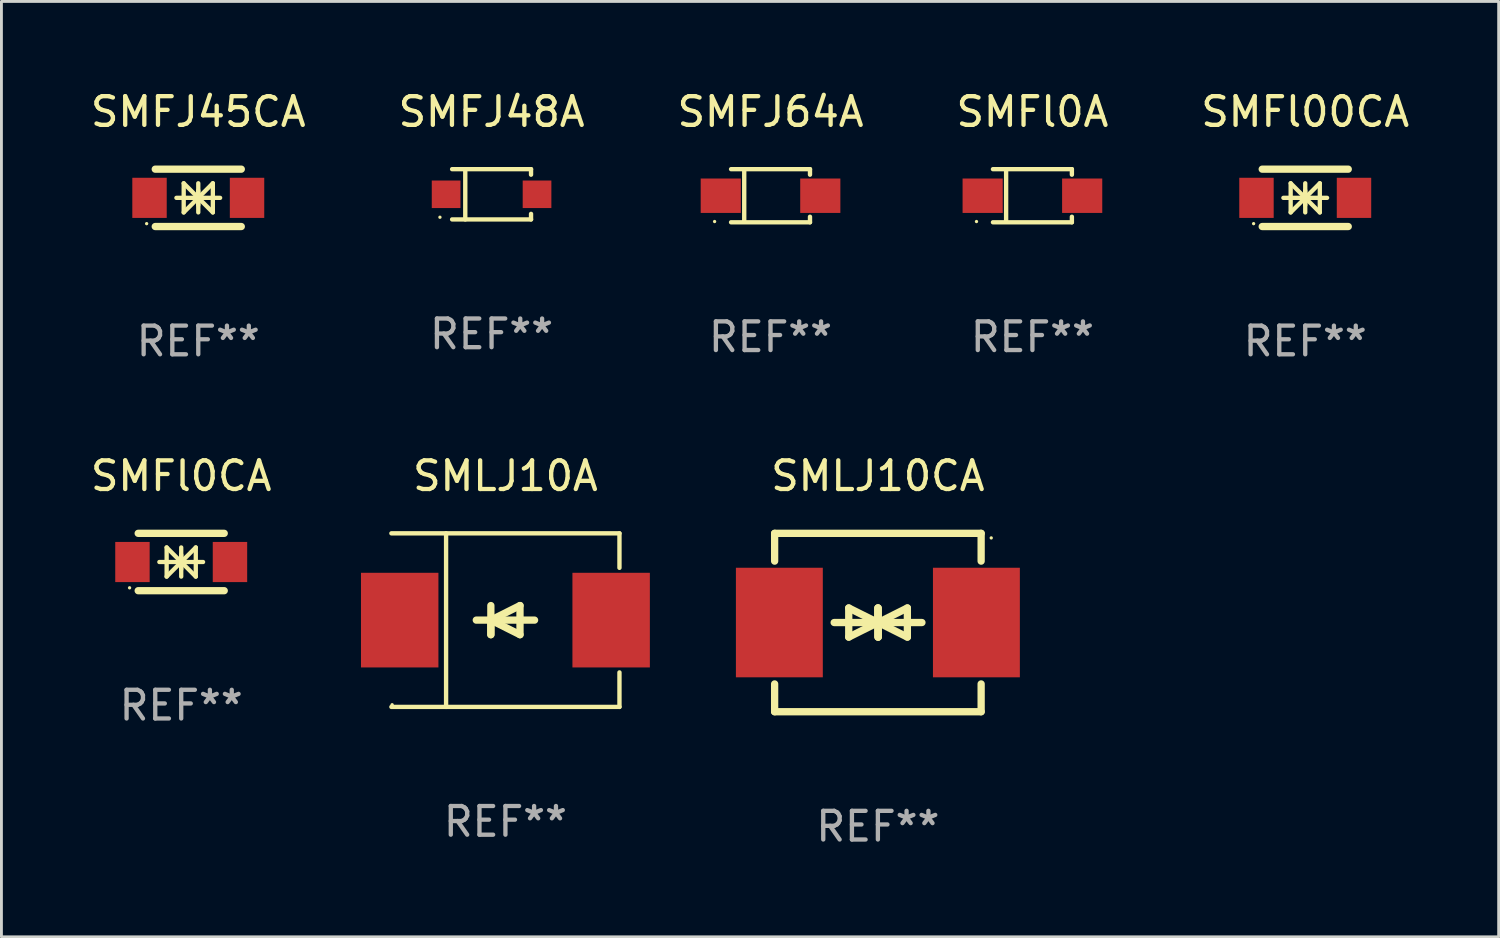
<source format=kicad_pcb>
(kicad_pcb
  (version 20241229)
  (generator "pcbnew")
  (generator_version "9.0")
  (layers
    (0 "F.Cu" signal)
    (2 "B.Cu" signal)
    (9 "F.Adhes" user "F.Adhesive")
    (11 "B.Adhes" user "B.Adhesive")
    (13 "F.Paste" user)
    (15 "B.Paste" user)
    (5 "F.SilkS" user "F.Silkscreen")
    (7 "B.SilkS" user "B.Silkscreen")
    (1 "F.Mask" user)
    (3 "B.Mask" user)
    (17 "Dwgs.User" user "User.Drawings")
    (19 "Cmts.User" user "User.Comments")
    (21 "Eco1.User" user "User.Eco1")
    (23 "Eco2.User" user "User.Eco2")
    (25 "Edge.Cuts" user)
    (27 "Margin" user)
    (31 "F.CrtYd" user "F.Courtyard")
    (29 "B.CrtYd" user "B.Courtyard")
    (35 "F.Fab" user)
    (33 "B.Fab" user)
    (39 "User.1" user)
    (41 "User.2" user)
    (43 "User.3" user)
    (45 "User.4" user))
  (footprint "SMFl0A"
    (layer "F.Cu")
    (at 32.946 3.774)
    (property "Reference" "SMFl0A" (at 0 -2.926 0) (layer "F.SilkS") (effects (font (size 1 1) (thickness 0.15))))
    (attr through_hole)
    (fp_line (start -1.376 -0.926) (end 1.376 -0.926) (stroke (width 0.152) (type solid)) (layer "F.SilkS"))
    (fp_line (start -1.376 0.926) (end 1.376 0.926) (stroke (width 0.152) (type solid)) (layer "F.SilkS"))
    (fp_line (start -0.917 -0.876) (end -0.917 0.876) (stroke (width 0.152) (type solid)) (layer "F.SilkS"))
    (fp_line (start 1.376 -0.926) (end 1.376 -0.733) (stroke (width 0.152) (type solid)) (layer "F.SilkS"))
    (fp_line (start 1.376 0.926) (end 1.376 0.733) (stroke (width 0.152) (type solid)) (layer "F.SilkS"))
    (fp_circle (center -1.95 0.9) (end -1.92 0.9) (stroke (width 0.06) (type solid)) (fill no) (layer "F.SilkS"))
    (fp_text user "REF**" (at 0 4.926 0) (layer "F.Fab") (effects (font (size 1 1) (thickness 0.15))))
    (pad "1" smd rect (at -1.735 0) (size 1.4 1.2) (layers "F.Cu" "F.Mask" "F.Paste"))
    (pad "2" smd rect (at 1.735 0) (size 1.4 1.2) (layers "F.Cu" "F.Mask" "F.Paste")))
  (footprint "SMLJ10A"
    (layer "F.Cu")
    (at 14.572 18.571)
    (property "Reference" "SMLJ10A" (at 0 -5.026 0) (layer "F.SilkS") (effects (font (size 1 1) (thickness 0.15))))
    (attr through_hole)
    (fp_line (start -3.976 -3.026) (end 3.976 -3.026) (stroke (width 0.152) (type solid)) (layer "F.SilkS"))
    (fp_line (start -3.976 3.026) (end 3.976 3.026) (stroke (width 0.152) (type solid)) (layer "F.SilkS"))
    (fp_line (start -2.069 -3.026) (end -2.069 3.026) (stroke (width 0.152) (type solid)) (layer "F.SilkS"))
    (fp_line (start -0.508 0) (end -0.508 0.508) (stroke (width 0.254) (type solid)) (layer "F.SilkS"))
    (fp_line (start -0.508 0) (end 0.508 0.508) (stroke (width 0.254) (type solid)) (layer "F.SilkS"))
    (fp_line (start -0.508 0.508) (end -0.508 -0.508) (stroke (width 0.254) (type solid)) (layer "F.SilkS"))
    (fp_line (start 0.508 -0.508) (end -0.508 0) (stroke (width 0.254) (type solid)) (layer "F.SilkS"))
    (fp_line (start 0.508 0.508) (end 0.508 -0.508) (stroke (width 0.254) (type solid)) (layer "F.SilkS"))
    (fp_line (start 1.016 0) (end -1.016 0) (stroke (width 0.254) (type solid)) (layer "F.SilkS"))
    (fp_line (start 3.976 -3.026) (end 3.976 -1.823) (stroke (width 0.152) (type solid)) (layer "F.SilkS"))
    (fp_line (start 3.976 3.026) (end 3.976 1.823) (stroke (width 0.152) (type solid)) (layer "F.SilkS"))
    (fp_circle (center -3.95 2.95) (end -3.92 2.95) (stroke (width 0.06) (type solid)) (fill no) (layer "F.SilkS"))
    (fp_text user "REF**" (at 0 7.026 0) (layer "F.Fab") (effects (font (size 1 1) (thickness 0.15))))
    (pad "1" smd rect (at -3.686 0) (size 2.7 3.3) (layers "F.Cu" "F.Mask" "F.Paste"))
    (pad "2" smd rect (at 3.686 0) (size 2.7 3.3) (layers "F.Cu" "F.Mask" "F.Paste")))
  (footprint "SMFJ45CA"
    (layer "F.Cu")
    (at 3.863 3.848)
    (property "Reference" "SMFJ45CA" (at 0 -3 0) (layer "F.SilkS") (effects (font (size 1 1) (thickness 0.15))))
    (attr through_hole)
    (fp_line (start -1.5 -1) (end 1.5 -1) (stroke (width 0.254) (type solid)) (layer "F.SilkS"))
    (fp_line (start -1.5 1) (end 1.5 1) (stroke (width 0.254) (type solid)) (layer "F.SilkS"))
    (fp_line (start -0.762 0) (end 0.762 0) (stroke (width 0.15) (type solid)) (layer "F.SilkS"))
    (fp_line (start -0.508 -0.508) (end -0.508 0.508) (stroke (width 0.15) (type solid)) (layer "F.SilkS"))
    (fp_line (start 0 -0.508) (end 0 0.508) (stroke (width 0.15) (type solid)) (layer "F.SilkS"))
    (fp_line (start 0 0) (end -0.508 -0.508) (stroke (width 0.15) (type solid)) (layer "F.SilkS"))
    (fp_line (start 0 0) (end -0.508 0.508) (stroke (width 0.15) (type solid)) (layer "F.SilkS"))
    (fp_line (start 0 0) (end 0.508 -0.508) (stroke (width 0.15) (type solid)) (layer "F.SilkS"))
    (fp_line (start 0 0) (end 0.508 0.508) (stroke (width 0.15) (type solid)) (layer "F.SilkS"))
    (fp_line (start 0 0.254) (end 0 -0.254) (stroke (width 0.15) (type solid)) (layer "F.SilkS"))
    (fp_line (start 0.508 0.508) (end 0.508 -0.508) (stroke (width 0.15) (type solid)) (layer "F.SilkS"))
    (fp_circle (center -1.8 0.9) (end -1.77 0.9) (stroke (width 0.06) (type solid)) (fill no) (layer "F.SilkS"))
    (fp_text user "REF**" (at 0 5 0) (layer "F.Fab") (effects (font (size 1 1) (thickness 0.15))))
    (pad "1" smd rect (at -1.7 0) (size 1.2 1.4) (layers "F.Cu" "F.Mask" "F.Paste"))
    (pad "2" smd rect (at 1.7 0) (size 1.2 1.4) (layers "F.Cu" "F.Mask" "F.Paste")))
  (footprint "SMFl0CA"
    (layer "F.Cu")
    (at 3.268 16.545)
    (property "Reference" "SMFl0CA" (at 0 -3 0) (layer "F.SilkS") (effects (font (size 1 1) (thickness 0.15))))
    (attr through_hole)
    (fp_line (start -1.5 -1) (end 1.5 -1) (stroke (width 0.254) (type solid)) (layer "F.SilkS"))
    (fp_line (start -1.5 1) (end 1.5 1) (stroke (width 0.254) (type solid)) (layer "F.SilkS"))
    (fp_line (start -0.762 0) (end 0.762 0) (stroke (width 0.15) (type solid)) (layer "F.SilkS"))
    (fp_line (start -0.508 -0.508) (end -0.508 0.508) (stroke (width 0.15) (type solid)) (layer "F.SilkS"))
    (fp_line (start 0 -0.508) (end 0 0.508) (stroke (width 0.15) (type solid)) (layer "F.SilkS"))
    (fp_line (start 0 0) (end -0.508 -0.508) (stroke (width 0.15) (type solid)) (layer "F.SilkS"))
    (fp_line (start 0 0) (end -0.508 0.508) (stroke (width 0.15) (type solid)) (layer "F.SilkS"))
    (fp_line (start 0 0) (end 0.508 -0.508) (stroke (width 0.15) (type solid)) (layer "F.SilkS"))
    (fp_line (start 0 0) (end 0.508 0.508) (stroke (width 0.15) (type solid)) (layer "F.SilkS"))
    (fp_line (start 0 0.254) (end 0 -0.254) (stroke (width 0.15) (type solid)) (layer "F.SilkS"))
    (fp_line (start 0.508 0.508) (end 0.508 -0.508) (stroke (width 0.15) (type solid)) (layer "F.SilkS"))
    (fp_circle (center -1.8 0.9) (end -1.77 0.9) (stroke (width 0.06) (type solid)) (fill no) (layer "F.SilkS"))
    (fp_text user "REF**" (at 0 5 0) (layer "F.Fab") (effects (font (size 1 1) (thickness 0.15))))
    (pad "1" smd rect (at -1.7 0) (size 1.2 1.4) (layers "F.Cu" "F.Mask" "F.Paste"))
    (pad "2" smd rect (at 1.7 0) (size 1.2 1.4) (layers "F.Cu" "F.Mask" "F.Paste")))
  (footprint "SMFJ64A"
    (layer "F.Cu")
    (at 23.815 3.774)
    (property "Reference" "SMFJ64A" (at 0 -2.926 0) (layer "F.SilkS") (effects (font (size 1 1) (thickness 0.15))))
    (attr through_hole)
    (fp_line (start -1.376 -0.926) (end 1.376 -0.926) (stroke (width 0.152) (type solid)) (layer "F.SilkS"))
    (fp_line (start -1.376 0.926) (end 1.376 0.926) (stroke (width 0.152) (type solid)) (layer "F.SilkS"))
    (fp_line (start -0.917 -0.876) (end -0.917 0.876) (stroke (width 0.152) (type solid)) (layer "F.SilkS"))
    (fp_line (start 1.376 -0.926) (end 1.376 -0.733) (stroke (width 0.152) (type solid)) (layer "F.SilkS"))
    (fp_line (start 1.376 0.926) (end 1.376 0.733) (stroke (width 0.152) (type solid)) (layer "F.SilkS"))
    (fp_circle (center -1.95 0.9) (end -1.92 0.9) (stroke (width 0.06) (type solid)) (fill no) (layer "F.SilkS"))
    (fp_text user "REF**" (at 0 4.926 0) (layer "F.Fab") (effects (font (size 1 1) (thickness 0.15))))
    (pad "1" smd rect (at -1.735 0) (size 1.4 1.2) (layers "F.Cu" "F.Mask" "F.Paste"))
    (pad "2" smd rect (at 1.735 0) (size 1.4 1.2) (layers "F.Cu" "F.Mask" "F.Paste")))
  (footprint "SMLJ10CA"
    (layer "F.Cu")
    (at 27.558 18.655)
    (property "Reference" "SMLJ10CA" (at 0 -5.11 0) (layer "F.SilkS") (effects (font (size 1 1) (thickness 0.15))))
    (attr through_hole)
    (fp_line (start -3.6 -2.141) (end -3.6 -3.11) (stroke (width 0.254) (type solid)) (layer "F.SilkS"))
    (fp_line (start -3.6 3.11) (end -3.6 2.141) (stroke (width 0.254) (type solid)) (layer "F.SilkS"))
    (fp_line (start -1.524 0) (end 0.508 0) (stroke (width 0.254) (type solid)) (layer "F.SilkS"))
    (fp_line (start -1.016 -0.508) (end -1.016 0.508) (stroke (width 0.254) (type solid)) (layer "F.SilkS"))
    (fp_line (start -1.016 0.508) (end 0 0) (stroke (width 0.254) (type solid)) (layer "F.SilkS"))
    (fp_line (start 0 -0.508) (end 0 0.508) (stroke (width 0.254) (type solid)) (layer "F.SilkS"))
    (fp_line (start 0 0) (end -1.016 -0.508) (stroke (width 0.254) (type solid)) (layer "F.SilkS"))
    (fp_line (start 0 0) (end 0 -0.508) (stroke (width 0.254) (type solid)) (layer "F.SilkS"))
    (fp_line (start 0.012 0) (end 0.012 0.508) (stroke (width 0.254) (type solid)) (layer "F.SilkS"))
    (fp_line (start 0.012 0) (end 1.028 0.508) (stroke (width 0.254) (type solid)) (layer "F.SilkS"))
    (fp_line (start 0.012 0.508) (end 0.012 -0.508) (stroke (width 0.254) (type solid)) (layer "F.SilkS"))
    (fp_line (start 1.028 -0.508) (end 0.012 0) (stroke (width 0.254) (type solid)) (layer "F.SilkS"))
    (fp_line (start 1.028 0.508) (end 1.028 -0.508) (stroke (width 0.254) (type solid)) (layer "F.SilkS"))
    (fp_line (start 1.536 0) (end -0.496 0) (stroke (width 0.254) (type solid)) (layer "F.SilkS"))
    (fp_line (start 3.6 -3.11) (end -3.6 -3.11) (stroke (width 0.254) (type solid)) (layer "F.SilkS"))
    (fp_line (start 3.6 -2.141) (end 3.6 -3.11) (stroke (width 0.254) (type solid)) (layer "F.SilkS"))
    (fp_line (start 3.6 3.11) (end -3.6 3.11) (stroke (width 0.254) (type solid)) (layer "F.SilkS"))
    (fp_line (start 3.6 3.11) (end 3.6 2.141) (stroke (width 0.254) (type solid)) (layer "F.SilkS"))
    (fp_circle (center 3.952 -2.95) (end 3.982 -2.95) (stroke (width 0.06) (type solid)) (fill no) (layer "F.SilkS"))
    (fp_text user "REF**" (at 0 7.11 0) (layer "F.Fab") (effects (font (size 1 1) (thickness 0.15))))
    (pad "1" smd rect (at 3.435 0) (size 3.03 3.82) (layers "F.Cu" "F.Mask" "F.Paste"))
    (pad "2" smd rect (at -3.435 0) (size 3.03 3.82) (layers "F.Cu" "F.Mask" "F.Paste")))
  (footprint "SMFl00CA"
    (layer "F.Cu")
    (at 42.458 3.848)
    (property "Reference" "SMFl00CA" (at 0 -3 0) (layer "F.SilkS") (effects (font (size 1 1) (thickness 0.15))))
    (attr through_hole)
    (fp_line (start -1.5 -1) (end 1.5 -1) (stroke (width 0.254) (type solid)) (layer "F.SilkS"))
    (fp_line (start -1.5 1) (end 1.5 1) (stroke (width 0.254) (type solid)) (layer "F.SilkS"))
    (fp_line (start -0.762 0) (end 0.762 0) (stroke (width 0.15) (type solid)) (layer "F.SilkS"))
    (fp_line (start -0.508 -0.508) (end -0.508 0.508) (stroke (width 0.15) (type solid)) (layer "F.SilkS"))
    (fp_line (start 0 -0.508) (end 0 0.508) (stroke (width 0.15) (type solid)) (layer "F.SilkS"))
    (fp_line (start 0 0) (end -0.508 -0.508) (stroke (width 0.15) (type solid)) (layer "F.SilkS"))
    (fp_line (start 0 0) (end -0.508 0.508) (stroke (width 0.15) (type solid)) (layer "F.SilkS"))
    (fp_line (start 0 0) (end 0.508 -0.508) (stroke (width 0.15) (type solid)) (layer "F.SilkS"))
    (fp_line (start 0 0) (end 0.508 0.508) (stroke (width 0.15) (type solid)) (layer "F.SilkS"))
    (fp_line (start 0 0.254) (end 0 -0.254) (stroke (width 0.15) (type solid)) (layer "F.SilkS"))
    (fp_line (start 0.508 0.508) (end 0.508 -0.508) (stroke (width 0.15) (type solid)) (layer "F.SilkS"))
    (fp_circle (center -1.8 0.9) (end -1.77 0.9) (stroke (width 0.06) (type solid)) (fill no) (layer "F.SilkS"))
    (fp_text user "REF**" (at 0 5 0) (layer "F.Fab") (effects (font (size 1 1) (thickness 0.15))))
    (pad "1" smd rect (at -1.7 0) (size 1.2 1.4) (layers "F.Cu" "F.Mask" "F.Paste"))
    (pad "2" smd rect (at 1.7 0) (size 1.2 1.4) (layers "F.Cu" "F.Mask" "F.Paste")))
  (footprint "SMFJ48A"
    (layer "F.Cu")
    (at 14.089 3.724)
    (property "Reference" "SMFJ48A" (at 0 -2.876 0) (layer "F.SilkS") (effects (font (size 1 1) (thickness 0.15))))
    (attr through_hole)
    (fp_line (start -1.376 -0.876) (end 1.376 -0.876) (stroke (width 0.152) (type solid)) (layer "F.SilkS"))
    (fp_line (start -1.376 0.876) (end 1.376 0.876) (stroke (width 0.152) (type solid)) (layer "F.SilkS"))
    (fp_line (start -0.917 -0.876) (end -0.917 0.876) (stroke (width 0.152) (type solid)) (layer "F.SilkS"))
    (fp_line (start 1.376 -0.876) (end 1.376 -0.683) (stroke (width 0.152) (type solid)) (layer "F.SilkS"))
    (fp_line (start 1.376 0.876) (end 1.376 0.683) (stroke (width 0.152) (type solid)) (layer "F.SilkS"))
    (fp_circle (center -1.8 0.8) (end -1.77 0.8) (stroke (width 0.06) (type solid)) (fill no) (layer "F.SilkS"))
    (fp_text user "REF**" (at 0 4.876 0) (layer "F.Fab") (effects (font (size 1 1) (thickness 0.15))))
    (pad "1" smd rect (at -1.585 0) (size 1 0.96) (layers "F.Cu" "F.Mask" "F.Paste"))
    (pad "2" smd rect (at 1.585 0) (size 1 0.96) (layers "F.Cu" "F.Mask" "F.Paste")))
  (gr_rect
    (start -3 -3)
    (end 49.202 29.613)
    (stroke (width 0.1) (type default))
    (fill no)
    (layer "Edge.Cuts")))
</source>
